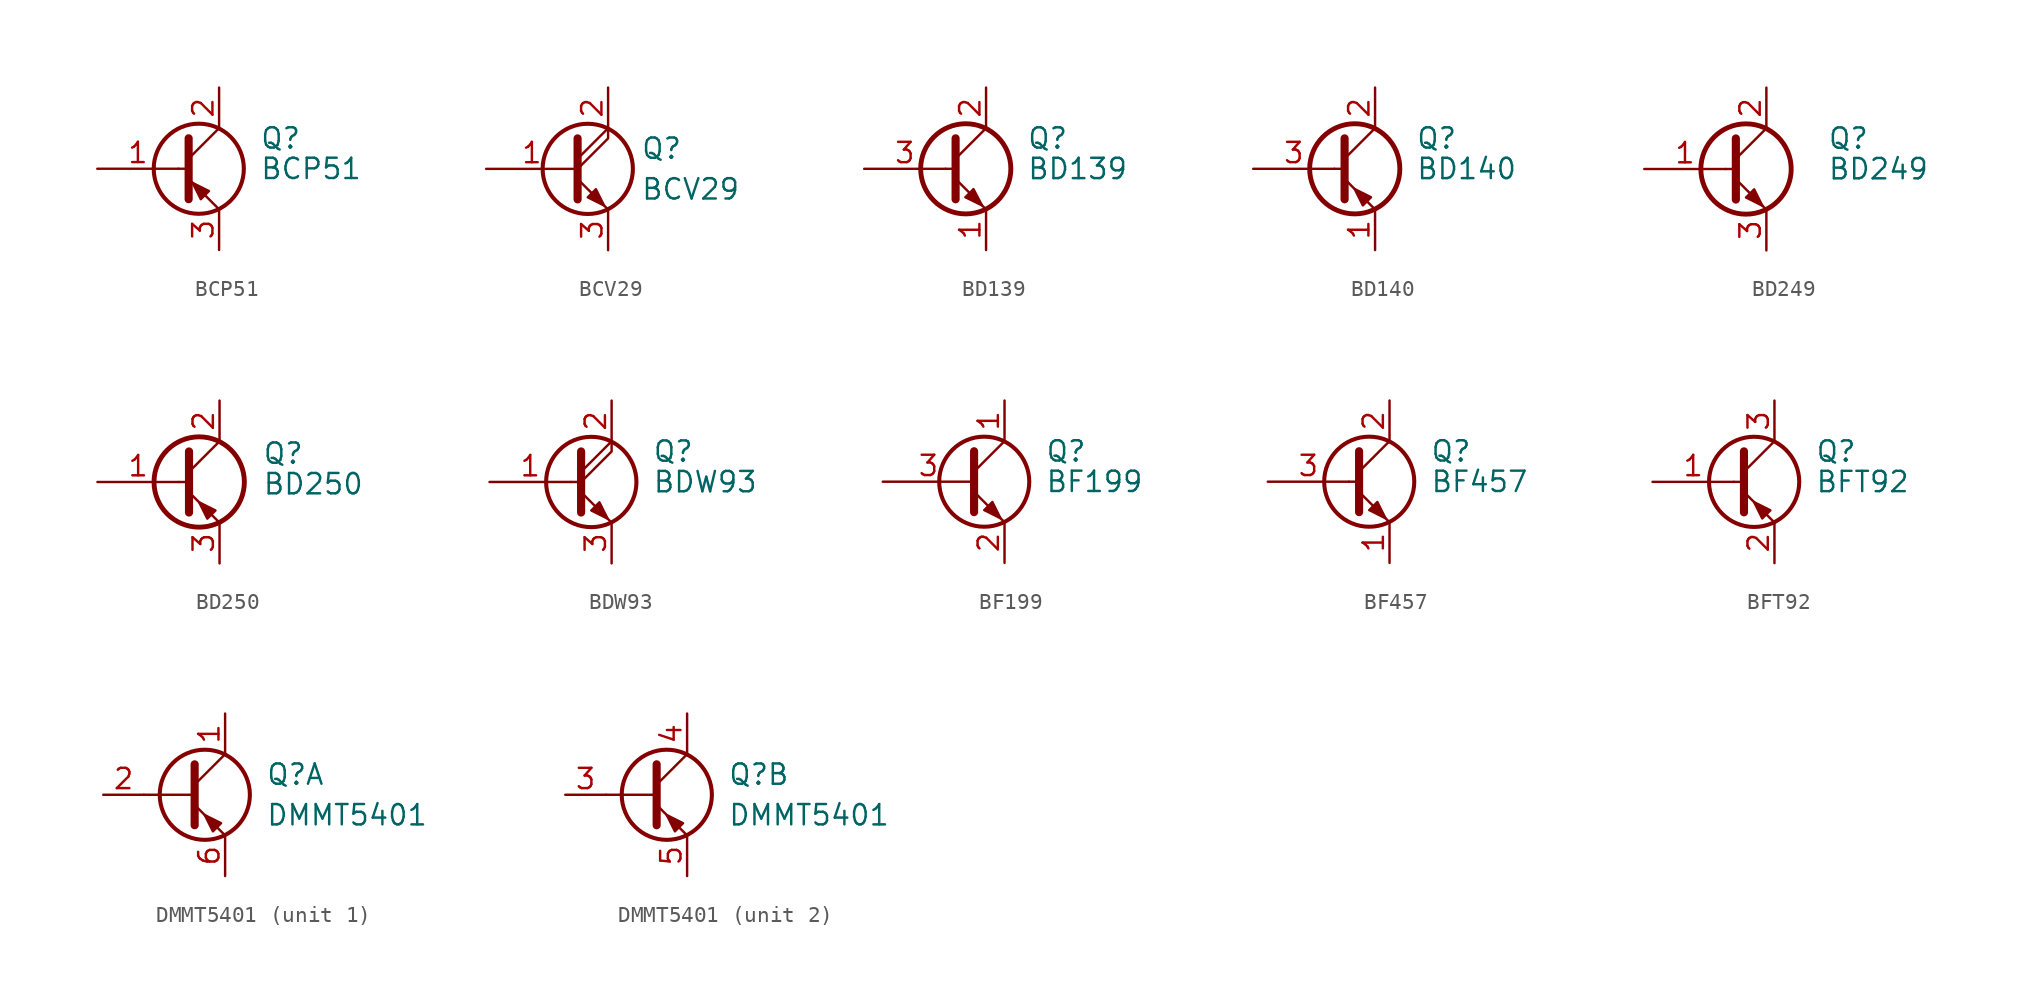
<source format=kicad_sym>
(kicad_symbol_lib
  (version 20241209)
  (generator "kicad_symbol_editor")
  (generator_version "9.0")
  (symbol "BCP51"
    (pin_names
      (offset 0)
      (hide yes))
    (property "Reference" "Q"
      (at 5.08 1.905 0)
      (effects (font (size 1.27 1.27)) (justify left)))
    (property "Value" "BCP51"
      (at 5.08 0 0)
      (effects (font (size 1.27 1.27)) (justify left)))
    (symbol "BCP51_0_1"
      (polyline (pts (xy 0 0) (xy 0.635 0)) (stroke (width 0) (type default)) (fill (type none)))
      (polyline (pts (xy 0.635 1.905) (xy 0.635 -1.905) (xy 0.635 -1.905)) (stroke (width 0.508) (type default)) (fill (type outline)))
      (circle (center 1.27 0) (radius 2.819) (stroke (width 0.254) (type default)) (fill (type none)))
      (polyline (pts (xy 1.397 -1.905) (xy 1.905 -1.397) (xy 0.889 -0.889) (xy 1.397 -1.905) (xy 1.397 -1.905)) (stroke (width 0) (type default)) (fill (type outline)))
      (polyline (pts (xy 2.54 2.54) (xy 0.635 0.635)) (stroke (width 0) (type default)) (fill (type none)))
      (polyline (pts (xy 2.54 -2.54) (xy 0.635 -0.635)) (stroke (width 0) (type default)) (fill (type none))))
    (symbol "BCP51_1_1"
      (pin input line (at -5.08 0 0) (length 5.08) (name "B" (effects (font (size 1.27 1.27)))) (number "1" (effects (font (size 1.27 1.27)))))
      (pin passive line (at 2.54 5.08 270) (length 2.54) (name "C" (effects (font (size 1.27 1.27)))) (number "2" (effects (font (size 1.27 1.27)))))
      (pin passive line (at 2.54 -5.08 90) (length 2.54) (name "E" (effects (font (size 1.27 1.27)))) (number "3" (effects (font (size 1.27 1.27)))))))
  (symbol "BCV29"
    (pin_names
      (offset 0)
      (hide yes))
    (property "Reference" "Q"
      (at 4.572 1.27 0)
      (effects (font (size 1.27 1.27)) (justify left)))
    (property "Value" "BCV29"
      (at 4.572 -1.27 0)
      (effects (font (size 1.27 1.27)) (justify left)))
    (symbol "BCV29_0_1"
      (polyline (pts (xy 0.635 1.905) (xy 0.635 -1.905) (xy 0.635 -1.905)) (stroke (width 0.508) (type default)) (fill (type none)))
      (polyline (pts (xy 0.635 0.635) (xy 2.54 2.54)) (stroke (width 0) (type default)) (fill (type none)))
      (polyline (pts (xy 0.635 0) (xy 2.54 1.905) (xy 2.54 2.54)) (stroke (width 0) (type default)) (fill (type none)))
      (polyline (pts (xy 0.635 -0.635) (xy 2.54 -2.54) (xy 2.54 -2.54)) (stroke (width 0) (type default)) (fill (type none)))
      (circle (center 1.27 0) (radius 2.819) (stroke (width 0.254) (type default)) (fill (type none)))
      (polyline (pts (xy 1.27 -1.778) (xy 1.778 -1.27) (xy 2.286 -2.286) (xy 1.27 -1.778) (xy 1.27 -1.778)) (stroke (width 0) (type default)) (fill (type outline))))
    (symbol "BCV29_1_1"
      (pin input line (at -5.08 0 0) (length 5.715) (name "B" (effects (font (size 1.27 1.27)))) (number "1" (effects (font (size 1.27 1.27)))))
      (pin passive line (at 2.54 5.08 270) (length 2.54) (name "C" (effects (font (size 1.27 1.27)))) (number "2" (effects (font (size 1.27 1.27)))))
      (pin passive line (at 2.54 -5.08 90) (length 2.54) (name "E" (effects (font (size 1.27 1.27)))) (number "3" (effects (font (size 1.27 1.27)))))))
  (symbol "BD139"
    (pin_names
      (offset 0)
      (hide yes))
    (property "Reference" "Q"
      (at 5.08 1.905 0)
      (effects (font (size 1.27 1.27)) (justify left)))
    (property "Value" "BD139"
      (at 5.08 0 0)
      (effects (font (size 1.27 1.27)) (justify left)))
    (symbol "BD139_0_1"
      (polyline (pts (xy 0 0) (xy 0.635 0)) (stroke (width 0) (type default)) (fill (type none)))
      (polyline (pts (xy 0.635 1.905) (xy 0.635 -1.905) (xy 0.635 -1.905)) (stroke (width 0.508) (type default)) (fill (type outline)))
      (polyline (pts (xy 1.245 -1.778) (xy 1.753 -1.27) (xy 2.286 -2.286) (xy 1.245 -1.778) (xy 1.245 -1.778)) (stroke (width 0) (type default)) (fill (type outline)))
      (circle (center 1.27 0) (radius 2.819) (stroke (width 0.305) (type default)) (fill (type none)))
      (polyline (pts (xy 2.54 2.54) (xy 0.635 0.635)) (stroke (width 0) (type default)) (fill (type none)))
      (polyline (pts (xy 2.54 -2.54) (xy 0.635 -0.635)) (stroke (width 0) (type default)) (fill (type none))))
    (symbol "BD139_1_1"
      (pin input line (at -5.08 0 0) (length 5.08) (name "B" (effects (font (size 1.27 1.27)))) (number "3" (effects (font (size 1.27 1.27)))))
      (pin passive line (at 2.54 5.08 270) (length 2.54) (name "C" (effects (font (size 1.27 1.27)))) (number "2" (effects (font (size 1.27 1.27)))))
      (pin passive line (at 2.54 -5.08 90) (length 2.54) (name "E" (effects (font (size 1.27 1.27)))) (number "1" (effects (font (size 1.27 1.27)))))))
  (symbol "BD140"
    (pin_names
      (offset 0)
      (hide yes))
    (property "Reference" "Q"
      (at 5.08 1.905 0)
      (effects (font (size 1.27 1.27)) (justify left)))
    (property "Value" "BD140"
      (at 5.08 0 0)
      (effects (font (size 1.27 1.27)) (justify left)))
    (symbol "BD140_0_1"
      (polyline (pts (xy 0 0) (xy 0.635 0)) (stroke (width 0) (type default)) (fill (type none)))
      (polyline (pts (xy 0.635 1.905) (xy 0.635 -1.905) (xy 0.635 -1.905)) (stroke (width 0.508) (type default)) (fill (type outline)))
      (circle (center 1.27 0) (radius 2.819) (stroke (width 0.305) (type default)) (fill (type none)))
      (polyline (pts (xy 1.778 -2.286) (xy 2.286 -1.778) (xy 1.27 -1.27) (xy 1.778 -2.286) (xy 1.778 -2.286)) (stroke (width 0) (type default)) (fill (type outline)))
      (polyline (pts (xy 2.54 2.54) (xy 0.635 0.635)) (stroke (width 0) (type default)) (fill (type none)))
      (polyline (pts (xy 2.54 -2.54) (xy 0.635 -0.635)) (stroke (width 0) (type default)) (fill (type none))))
    (symbol "BD140_1_1"
      (pin input line (at -5.08 0 0) (length 5.08) (name "B" (effects (font (size 1.27 1.27)))) (number "3" (effects (font (size 1.27 1.27)))))
      (pin passive line (at 2.54 5.08 270) (length 2.54) (name "C" (effects (font (size 1.27 1.27)))) (number "2" (effects (font (size 1.27 1.27)))))
      (pin passive line (at 2.54 -5.08 90) (length 2.54) (name "E" (effects (font (size 1.27 1.27)))) (number "1" (effects (font (size 1.27 1.27)))))))
  (symbol "BD249"
    (pin_names
      (offset 0)
      (hide yes))
    (property "Reference" "Q"
      (at 6.35 1.905 0)
      (effects (font (size 1.27 1.27)) (justify left)))
    (property "Value" "BD249"
      (at 6.35 0 0)
      (effects (font (size 1.27 1.27)) (justify left)))
    (symbol "BD249_0_1"
      (polyline (pts (xy 0 0) (xy 0.635 0)) (stroke (width 0) (type default)) (fill (type none)))
      (polyline (pts (xy 0.635 1.905) (xy 0.635 -1.905) (xy 0.635 -1.905)) (stroke (width 0.508) (type default)) (fill (type none)))
      (circle (center 1.27 0) (radius 2.819) (stroke (width 0.305) (type default)) (fill (type none)))
      (polyline (pts (xy 1.27 -1.778) (xy 1.778 -1.27) (xy 2.286 -2.286) (xy 1.27 -1.778) (xy 1.27 -1.778)) (stroke (width 0) (type default)) (fill (type outline)))
      (polyline (pts (xy 2.286 -2.286) (xy 1.778 -1.778) (xy 1.778 -1.778)) (stroke (width 0) (type default)) (fill (type none)))
      (polyline (pts (xy 2.54 2.54) (xy 0.635 0.635)) (stroke (width 0) (type default)) (fill (type none)))
      (polyline (pts (xy 2.54 -2.54) (xy 0.635 -0.635) (xy 1.27 -1.27)) (stroke (width 0) (type default)) (fill (type outline))))
    (symbol "BD249_1_1"
      (pin input line (at -5.08 0 0) (length 5.08) (name "B" (effects (font (size 1.27 1.27)))) (number "1" (effects (font (size 1.27 1.27)))))
      (pin passive line (at 2.54 5.08 270) (length 2.54) (name "C" (effects (font (size 1.27 1.27)))) (number "2" (effects (font (size 1.27 1.27)))))
      (pin passive line (at 2.54 -5.08 90) (length 2.54) (name "E" (effects (font (size 1.27 1.27)))) (number "3" (effects (font (size 1.27 1.27)))))))
  (symbol "BD250"
    (pin_names
      (offset 0)
      (hide yes))
    (property "Reference" "Q"
      (at 5.207 1.778 0)
      (effects (font (size 1.27 1.27)) (justify left)))
    (property "Value" "BD250"
      (at 5.207 -0.127 0)
      (effects (font (size 1.27 1.27)) (justify left)))
    (symbol "BD250_0_1"
      (polyline (pts (xy 0 0) (xy 0.635 0)) (stroke (width 0) (type default)) (fill (type none)))
      (polyline (pts (xy 0.635 1.905) (xy 0.635 -1.905) (xy 0.635 -1.905)) (stroke (width 0.508) (type default)) (fill (type none)))
      (polyline (pts (xy 0.635 -0.635) (xy 2.54 -2.54) (xy 2.54 -2.54)) (stroke (width 0) (type default)) (fill (type none)))
      (circle (center 1.27 0) (radius 2.819) (stroke (width 0.305) (type default)) (fill (type none)))
      (polyline (pts (xy 1.778 -2.286) (xy 2.286 -1.778) (xy 1.27 -1.27) (xy 1.778 -2.286) (xy 1.778 -2.286)) (stroke (width 0) (type default)) (fill (type outline)))
      (polyline (pts (xy 2.54 2.54) (xy 0.635 0.635)) (stroke (width 0) (type default)) (fill (type none))))
    (symbol "BD250_1_1"
      (pin input line (at -5.08 0 0) (length 5.08) (name "B" (effects (font (size 1.27 1.27)))) (number "1" (effects (font (size 1.27 1.27)))))
      (pin passive line (at 2.54 5.08 270) (length 2.54) (name "C" (effects (font (size 1.27 1.27)))) (number "2" (effects (font (size 1.27 1.27)))))
      (pin passive line (at 2.54 -5.08 90) (length 2.54) (name "E" (effects (font (size 1.27 1.27)))) (number "3" (effects (font (size 1.27 1.27)))))))
  (symbol "BDW93"
    (pin_names
      (offset 0)
      (hide yes))
    (property "Reference" "Q"
      (at 5.08 1.905 0)
      (effects (font (size 1.27 1.27)) (justify left)))
    (property "Value" "BDW93"
      (at 5.08 0 0)
      (effects (font (size 1.27 1.27)) (justify left)))
    (symbol "BDW93_0_1"
      (polyline (pts (xy 0.635 1.905) (xy 0.635 -1.905) (xy 0.635 -1.905)) (stroke (width 0.508) (type default)) (fill (type none)))
      (polyline (pts (xy 0.635 0.635) (xy 2.54 2.54)) (stroke (width 0) (type default)) (fill (type none)))
      (polyline (pts (xy 0.635 0) (xy 2.54 1.905) (xy 2.54 2.54)) (stroke (width 0) (type default)) (fill (type none)))
      (polyline (pts (xy 0.635 -0.635) (xy 2.54 -2.54) (xy 2.54 -2.54)) (stroke (width 0) (type default)) (fill (type none)))
      (circle (center 1.27 0) (radius 2.819) (stroke (width 0.254) (type default)) (fill (type none)))
      (polyline (pts (xy 1.27 -1.778) (xy 1.778 -1.27) (xy 2.286 -2.286) (xy 1.27 -1.778) (xy 1.27 -1.778)) (stroke (width 0) (type default)) (fill (type outline))))
    (symbol "BDW93_1_1"
      (polyline (pts (xy 0 0) (xy 0.508 0)) (stroke (width 0) (type default)) (fill (type none)))
      (pin input line (at -5.08 0 0) (length 5.08) (name "B" (effects (font (size 1.27 1.27)))) (number "1" (effects (font (size 1.27 1.27)))))
      (pin passive line (at 2.54 5.08 270) (length 2.54) (name "C" (effects (font (size 1.27 1.27)))) (number "2" (effects (font (size 1.27 1.27)))))
      (pin passive line (at 2.54 -5.08 90) (length 2.54) (name "E" (effects (font (size 1.27 1.27)))) (number "3" (effects (font (size 1.27 1.27)))))))
  (symbol "BF199"
    (pin_names
      (offset 0)
      (hide yes))
    (property "Reference" "Q"
      (at 5.08 1.905 0)
      (effects (font (size 1.27 1.27)) (justify left)))
    (property "Value" "BF199"
      (at 5.08 0 0)
      (effects (font (size 1.27 1.27)) (justify left)))
    (symbol "BF199_0_1"
      (polyline (pts (xy 0.635 1.905) (xy 0.635 -1.905) (xy 0.635 -1.905)) (stroke (width 0.508) (type default)) (fill (type none)))
      (polyline (pts (xy 0.635 0.635) (xy 2.54 2.54)) (stroke (width 0) (type default)) (fill (type none)))
      (polyline (pts (xy 0.635 -0.635) (xy 2.54 -2.54) (xy 2.54 -2.54)) (stroke (width 0) (type default)) (fill (type none)))
      (circle (center 1.27 0) (radius 2.819) (stroke (width 0.254) (type default)) (fill (type none)))
      (polyline (pts (xy 1.27 -1.778) (xy 1.778 -1.27) (xy 2.286 -2.286) (xy 1.27 -1.778) (xy 1.27 -1.778)) (stroke (width 0) (type default)) (fill (type outline))))
    (symbol "BF199_1_1"
      (pin input line (at -5.08 0 0) (length 5.715) (name "B" (effects (font (size 1.27 1.27)))) (number "3" (effects (font (size 1.27 1.27)))))
      (pin passive line (at 2.54 5.08 270) (length 2.54) (name "C" (effects (font (size 1.27 1.27)))) (number "1" (effects (font (size 1.27 1.27)))))
      (pin passive line (at 2.54 -5.08 90) (length 2.54) (name "E" (effects (font (size 1.27 1.27)))) (number "2" (effects (font (size 1.27 1.27)))))))
  (symbol "BF457"
    (pin_names
      (offset 0)
      (hide yes))
    (property "Reference" "Q"
      (at 5.08 1.905 0)
      (effects (font (size 1.27 1.27)) (justify left)))
    (property "Value" "BF457"
      (at 5.08 0 0)
      (effects (font (size 1.27 1.27)) (justify left)))
    (symbol "BF457_0_1"
      (polyline (pts (xy 0 0) (xy 0.635 0)) (stroke (width 0) (type default)) (fill (type none)))
      (polyline (pts (xy 0.635 1.905) (xy 0.635 -1.905) (xy 0.635 -1.905)) (stroke (width 0.508) (type default)) (fill (type none)))
      (polyline (pts (xy 0.635 0.635) (xy 2.54 2.54)) (stroke (width 0) (type default)) (fill (type none)))
      (polyline (pts (xy 0.635 -0.635) (xy 2.54 -2.54) (xy 2.54 -2.54)) (stroke (width 0) (type default)) (fill (type none)))
      (circle (center 1.27 0) (radius 2.819) (stroke (width 0.254) (type default)) (fill (type none)))
      (polyline (pts (xy 1.27 -1.778) (xy 1.778 -1.27) (xy 2.286 -2.286) (xy 1.27 -1.778) (xy 1.27 -1.778)) (stroke (width 0) (type default)) (fill (type outline))))
    (symbol "BF457_1_1"
      (pin input line (at -5.08 0 0) (length 5.08) (name "B" (effects (font (size 1.27 1.27)))) (number "3" (effects (font (size 1.27 1.27)))))
      (pin passive line (at 2.54 5.08 270) (length 2.54) (name "C" (effects (font (size 1.27 1.27)))) (number "2" (effects (font (size 1.27 1.27)))))
      (pin passive line (at 2.54 -5.08 90) (length 2.54) (name "E" (effects (font (size 1.27 1.27)))) (number "1" (effects (font (size 1.27 1.27)))))))
  (symbol "BFT92"
    (pin_names
      (offset 0)
      (hide yes))
    (property "Reference" "Q"
      (at 5.08 1.905 0)
      (effects (font (size 1.27 1.27)) (justify left)))
    (property "Value" "BFT92"
      (at 5.08 0 0)
      (effects (font (size 1.27 1.27)) (justify left)))
    (symbol "BFT92_0_1"
      (polyline (pts (xy 0 0) (xy 0.635 0)) (stroke (width 0) (type default)) (fill (type none)))
      (polyline (pts (xy 0.635 1.905) (xy 0.635 0) (xy 0.635 -1.905) (xy 0.635 -1.905)) (stroke (width 0.508) (type default)) (fill (type none)))
      (polyline (pts (xy 0.635 0.635) (xy 2.54 2.54)) (stroke (width 0) (type default)) (fill (type none)))
      (circle (center 1.27 0) (radius 2.819) (stroke (width 0.254) (type default)) (fill (type none)))
      (polyline (pts (xy 1.27 -1.27) (xy 1.778 -2.286) (xy 2.286 -1.778) (xy 1.27 -1.27) (xy 1.27 -1.27)) (stroke (width 0) (type default)) (fill (type outline)))
      (polyline (pts (xy 2.54 -2.54) (xy 0.635 -0.635)) (stroke (width 0) (type default)) (fill (type none))))
    (symbol "BFT92_1_1"
      (pin input line (at -5.08 0 0) (length 5.08) (name "B" (effects (font (size 1.27 1.27)))) (number "1" (effects (font (size 1.27 1.27)))))
      (pin passive line (at 2.54 5.08 270) (length 2.54) (name "C" (effects (font (size 1.27 1.27)))) (number "3" (effects (font (size 1.27 1.27)))))
      (pin passive line (at 2.54 -5.08 90) (length 2.54) (name "E" (effects (font (size 1.27 1.27)))) (number "2" (effects (font (size 1.27 1.27)))))))
  (symbol "DMMT5401"
    (pin_names
      (offset 0)
      (hide yes))
    (property "Reference" "Q"
      (at 5.08 1.27 0)
      (effects (font (size 1.27 1.27)) (justify left)))
    (property "Value" "DMMT5401"
      (at 5.08 -1.27 0)
      (effects (font (size 1.27 1.27)) (justify left)))
    (property "ki_locked" ""
      (at 0 0 0)
      (effects (font (size 1.27 1.27))))
    (symbol "DMMT5401_0_1"
      (polyline (pts (xy 0.635 1.905) (xy 0.635 -1.905) (xy 0.635 -1.905)) (stroke (width 0.508) (type default)) (fill (type none)))
      (polyline (pts (xy 0.635 0.635) (xy 2.54 2.54)) (stroke (width 0) (type default)) (fill (type none)))
      (polyline (pts (xy 0.635 0) (xy -2.54 0)) (stroke (width 0) (type default)) (fill (type none)))
      (polyline (pts (xy 0.635 -0.635) (xy 2.54 -2.54) (xy 2.54 -2.54)) (stroke (width 0) (type default)) (fill (type none)))
      (circle (center 1.27 0) (radius 2.819) (stroke (width 0.254) (type default)) (fill (type none)))
      (polyline (pts (xy 2.286 -1.778) (xy 1.778 -2.286) (xy 1.27 -1.27) (xy 2.286 -1.778) (xy 2.286 -1.778)) (stroke (width 0) (type default)) (fill (type outline))))
    (symbol "DMMT5401_1_1"
      (pin input line (at -5.08 0 0) (length 2.54) (name "B1" (effects (font (size 1.27 1.27)))) (number "2" (effects (font (size 1.27 1.27)))))
      (pin passive line (at 2.54 5.08 270) (length 2.54) (name "C1" (effects (font (size 1.27 1.27)))) (number "1" (effects (font (size 1.27 1.27)))))
      (pin passive line (at 2.54 -5.08 90) (length 2.54) (name "E1" (effects (font (size 1.27 1.27)))) (number "6" (effects (font (size 1.27 1.27))))))
    (symbol "DMMT5401_2_1"
      (pin input line (at -5.08 0 0) (length 2.54) (name "B2" (effects (font (size 1.27 1.27)))) (number "3" (effects (font (size 1.27 1.27)))))
      (pin passive line (at 2.54 5.08 270) (length 2.54) (name "C2" (effects (font (size 1.27 1.27)))) (number "4" (effects (font (size 1.27 1.27)))))
      (pin passive line (at 2.54 -5.08 90) (length 2.54) (name "E2" (effects (font (size 1.27 1.27)))) (number "5" (effects (font (size 1.27 1.27))))))))
</source>
